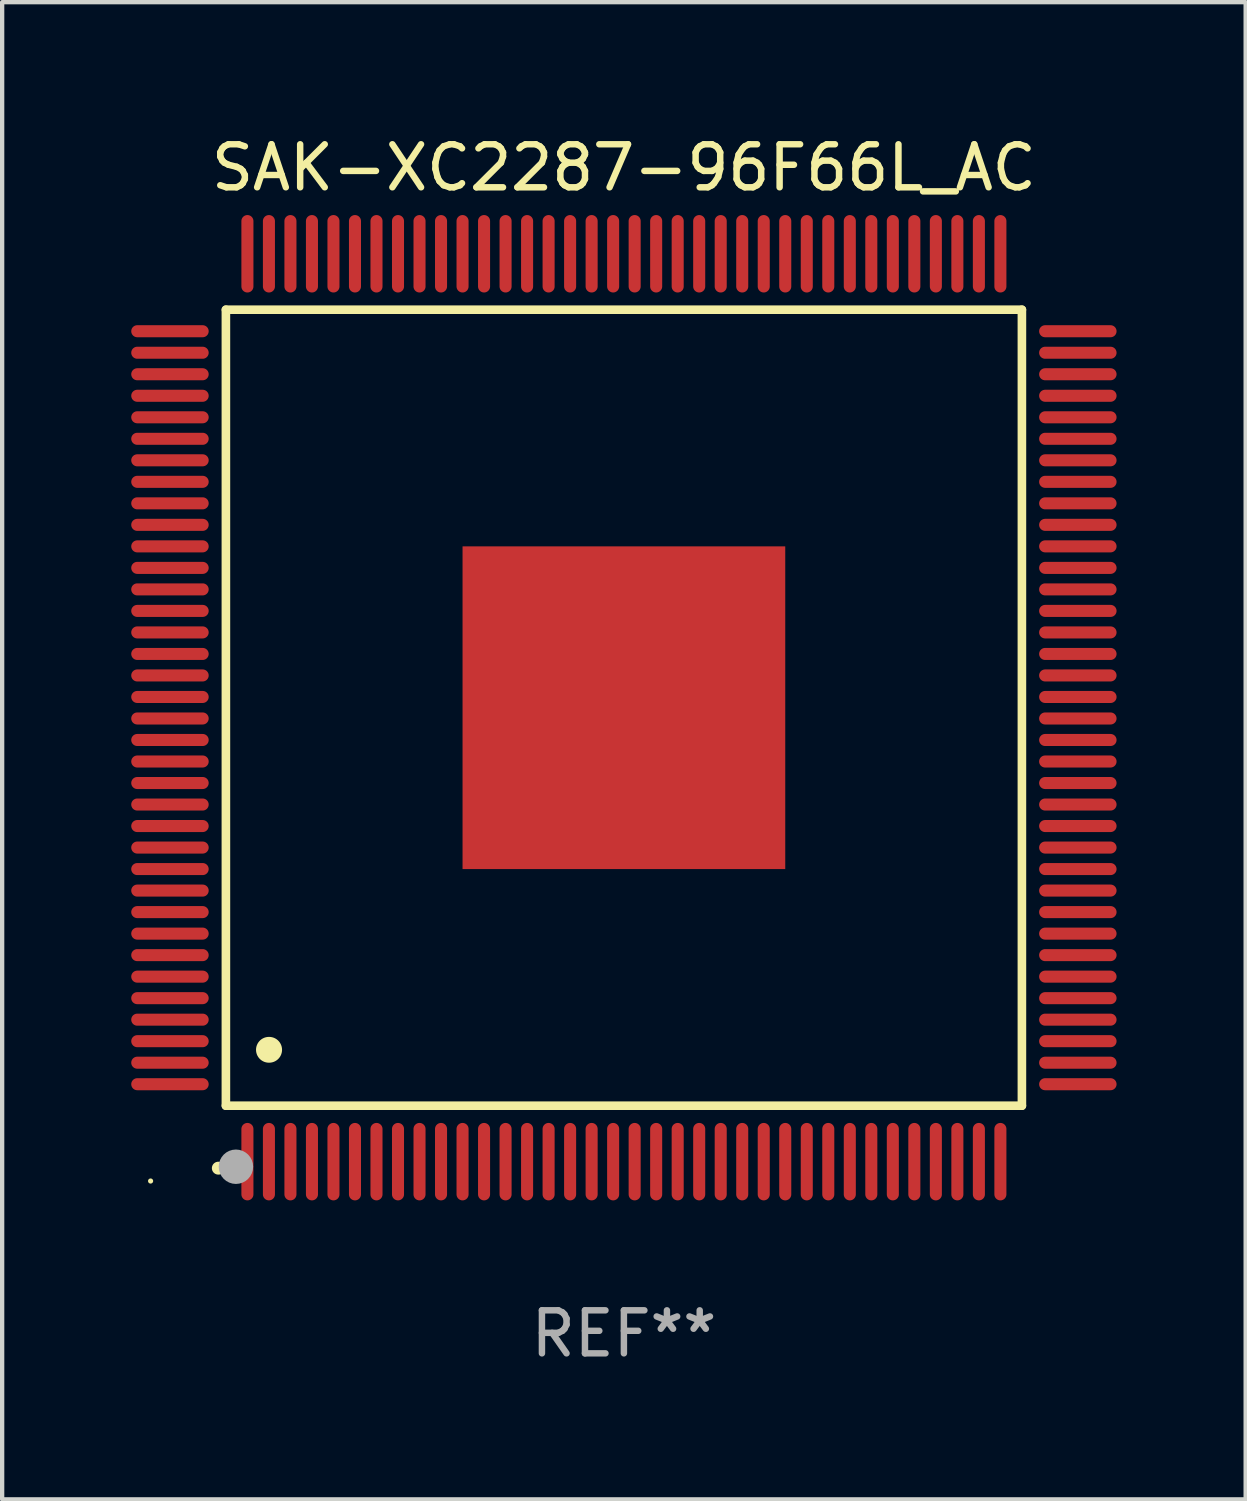
<source format=kicad_pcb>
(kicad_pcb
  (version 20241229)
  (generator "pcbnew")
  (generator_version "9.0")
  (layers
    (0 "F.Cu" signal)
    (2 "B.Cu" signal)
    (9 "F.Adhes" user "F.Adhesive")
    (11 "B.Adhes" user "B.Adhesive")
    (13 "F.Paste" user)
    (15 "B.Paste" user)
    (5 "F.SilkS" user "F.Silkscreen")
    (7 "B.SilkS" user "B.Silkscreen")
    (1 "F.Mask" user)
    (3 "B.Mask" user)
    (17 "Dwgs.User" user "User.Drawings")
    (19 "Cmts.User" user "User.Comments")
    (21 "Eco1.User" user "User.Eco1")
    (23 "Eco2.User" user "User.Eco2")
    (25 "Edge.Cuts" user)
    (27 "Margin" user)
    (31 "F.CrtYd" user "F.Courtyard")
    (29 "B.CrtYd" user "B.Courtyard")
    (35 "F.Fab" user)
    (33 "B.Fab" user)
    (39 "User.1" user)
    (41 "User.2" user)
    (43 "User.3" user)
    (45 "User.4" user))
  (footprint "SAK-XC2287-96F66L_AC"
    (layer "F.Cu")
    (at 11.45 13.398)
    (property "Reference" "SAK-XC2287-96F66L_AC" (at 0 -12.55 0) (layer "F.SilkS") (effects (font (size 1 1) (thickness 0.15))))
    (attr through_hole)
    (fp_line (start -9.25 -9.25) (end 9.25 -9.25) (stroke (width 0.2) (type solid)) (layer "F.SilkS"))
    (fp_line (start -9.25 9.25) (end -9.25 -9.25) (stroke (width 0.2) (type solid)) (layer "F.SilkS"))
    (fp_line (start 9.25 -9.25) (end 9.25 9.25) (stroke (width 0.2) (type solid)) (layer "F.SilkS"))
    (fp_line (start 9.25 9.25) (end -9.25 9.25) (stroke (width 0.2) (type solid)) (layer "F.SilkS"))
    (fp_arc (start -9.425959 10.701041) (mid -9.424689 10.701036) (end -9.423419 10.701041) (stroke (width 0.3) (type solid)) (layer "F.SilkS"))
    (fp_arc (start -8.249936 7.950216) (mid -8.247396 7.950205) (end -8.244856 7.950216) (stroke (width 0.6) (type solid)) (layer "F.SilkS"))
    (fp_circle (center -11 11) (end -10.97 11) (stroke (width 0.06) (type solid)) (fill no) (layer "F.SilkS"))
    (fp_circle (center -9.017 10.668) (end -8.817 10.668) (stroke (width 0.4) (type solid)) (fill no) (layer "F.Fab"))
    (fp_text user "REF**" (at 0 14.55 0) (layer "F.Fab") (effects (font (size 1 1) (thickness 0.15))))
    (pad "1" smd oval (at -8.75 10.55 180) (size 0.28 1.8) (layers "F.Cu" "F.Mask" "F.Paste"))
    (pad "2" smd oval (at -8.25 10.55 180) (size 0.28 1.8) (layers "F.Cu" "F.Mask" "F.Paste"))
    (pad "3" smd oval (at -7.75 10.55 180) (size 0.28 1.8) (layers "F.Cu" "F.Mask" "F.Paste"))
    (pad "4" smd oval (at -7.25 10.55 180) (size 0.28 1.8) (layers "F.Cu" "F.Mask" "F.Paste"))
    (pad "5" smd oval (at -6.75 10.55 180) (size 0.28 1.8) (layers "F.Cu" "F.Mask" "F.Paste"))
    (pad "6" smd oval (at -6.25 10.55 180) (size 0.28 1.8) (layers "F.Cu" "F.Mask" "F.Paste"))
    (pad "7" smd oval (at -5.75 10.55 180) (size 0.28 1.8) (layers "F.Cu" "F.Mask" "F.Paste"))
    (pad "8" smd oval (at -5.25 10.55 180) (size 0.28 1.8) (layers "F.Cu" "F.Mask" "F.Paste"))
    (pad "9" smd oval (at -4.75 10.55 180) (size 0.28 1.8) (layers "F.Cu" "F.Mask" "F.Paste"))
    (pad "10" smd oval (at -4.25 10.55 180) (size 0.28 1.8) (layers "F.Cu" "F.Mask" "F.Paste"))
    (pad "11" smd oval (at -3.75 10.55 180) (size 0.28 1.8) (layers "F.Cu" "F.Mask" "F.Paste"))
    (pad "12" smd oval (at -3.25 10.55 180) (size 0.28 1.8) (layers "F.Cu" "F.Mask" "F.Paste"))
    (pad "13" smd oval (at -2.75 10.55 180) (size 0.28 1.8) (layers "F.Cu" "F.Mask" "F.Paste"))
    (pad "14" smd oval (at -2.25 10.55 180) (size 0.28 1.8) (layers "F.Cu" "F.Mask" "F.Paste"))
    (pad "15" smd oval (at -1.75 10.55 180) (size 0.28 1.8) (layers "F.Cu" "F.Mask" "F.Paste"))
    (pad "16" smd oval (at -1.25 10.55 180) (size 0.28 1.8) (layers "F.Cu" "F.Mask" "F.Paste"))
    (pad "17" smd oval (at -0.75 10.55 180) (size 0.28 1.8) (layers "F.Cu" "F.Mask" "F.Paste"))
    (pad "18" smd oval (at -0.25 10.55 180) (size 0.28 1.8) (layers "F.Cu" "F.Mask" "F.Paste"))
    (pad "19" smd oval (at 0.25 10.55 180) (size 0.28 1.8) (layers "F.Cu" "F.Mask" "F.Paste"))
    (pad "20" smd oval (at 0.75 10.55 180) (size 0.28 1.8) (layers "F.Cu" "F.Mask" "F.Paste"))
    (pad "21" smd oval (at 1.25 10.55 180) (size 0.28 1.8) (layers "F.Cu" "F.Mask" "F.Paste"))
    (pad "22" smd oval (at 1.75 10.55 180) (size 0.28 1.8) (layers "F.Cu" "F.Mask" "F.Paste"))
    (pad "23" smd oval (at 2.25 10.55 180) (size 0.28 1.8) (layers "F.Cu" "F.Mask" "F.Paste"))
    (pad "24" smd oval (at 2.75 10.55 180) (size 0.28 1.8) (layers "F.Cu" "F.Mask" "F.Paste"))
    (pad "25" smd oval (at 3.25 10.55 180) (size 0.28 1.8) (layers "F.Cu" "F.Mask" "F.Paste"))
    (pad "26" smd oval (at 3.75 10.55 180) (size 0.28 1.8) (layers "F.Cu" "F.Mask" "F.Paste"))
    (pad "27" smd oval (at 4.25 10.55 180) (size 0.28 1.8) (layers "F.Cu" "F.Mask" "F.Paste"))
    (pad "28" smd oval (at 4.75 10.55 180) (size 0.28 1.8) (layers "F.Cu" "F.Mask" "F.Paste"))
    (pad "29" smd oval (at 5.25 10.55 180) (size 0.28 1.8) (layers "F.Cu" "F.Mask" "F.Paste"))
    (pad "30" smd oval (at 5.75 10.55 180) (size 0.28 1.8) (layers "F.Cu" "F.Mask" "F.Paste"))
    (pad "31" smd oval (at 6.25 10.55 180) (size 0.28 1.8) (layers "F.Cu" "F.Mask" "F.Paste"))
    (pad "32" smd oval (at 6.75 10.55 180) (size 0.28 1.8) (layers "F.Cu" "F.Mask" "F.Paste"))
    (pad "33" smd oval (at 7.25 10.55 180) (size 0.28 1.8) (layers "F.Cu" "F.Mask" "F.Paste"))
    (pad "34" smd oval (at 7.75 10.55 180) (size 0.28 1.8) (layers "F.Cu" "F.Mask" "F.Paste"))
    (pad "35" smd oval (at 8.25 10.55 180) (size 0.28 1.8) (layers "F.Cu" "F.Mask" "F.Paste"))
    (pad "36" smd oval (at 8.75 10.55 180) (size 0.28 1.8) (layers "F.Cu" "F.Mask" "F.Paste"))
    (pad "37" smd oval (at 10.55 8.75 90) (size 0.28 1.8) (layers "F.Cu" "F.Mask" "F.Paste"))
    (pad "38" smd oval (at 10.55 8.25 90) (size 0.28 1.8) (layers "F.Cu" "F.Mask" "F.Paste"))
    (pad "39" smd oval (at 10.55 7.75 90) (size 0.28 1.8) (layers "F.Cu" "F.Mask" "F.Paste"))
    (pad "40" smd oval (at 10.55 7.25 90) (size 0.28 1.8) (layers "F.Cu" "F.Mask" "F.Paste"))
    (pad "41" smd oval (at 10.55 6.75 90) (size 0.28 1.8) (layers "F.Cu" "F.Mask" "F.Paste"))
    (pad "42" smd oval (at 10.55 6.25 90) (size 0.28 1.8) (layers "F.Cu" "F.Mask" "F.Paste"))
    (pad "43" smd oval (at 10.55 5.75 90) (size 0.28 1.8) (layers "F.Cu" "F.Mask" "F.Paste"))
    (pad "44" smd oval (at 10.55 5.25 90) (size 0.28 1.8) (layers "F.Cu" "F.Mask" "F.Paste"))
    (pad "45" smd oval (at 10.55 4.75 90) (size 0.28 1.8) (layers "F.Cu" "F.Mask" "F.Paste"))
    (pad "46" smd oval (at 10.55 4.25 90) (size 0.28 1.8) (layers "F.Cu" "F.Mask" "F.Paste"))
    (pad "47" smd oval (at 10.55 3.75 90) (size 0.28 1.8) (layers "F.Cu" "F.Mask" "F.Paste"))
    (pad "48" smd oval (at 10.55 3.25 90) (size 0.28 1.8) (layers "F.Cu" "F.Mask" "F.Paste"))
    (pad "49" smd oval (at 10.55 2.75 90) (size 0.28 1.8) (layers "F.Cu" "F.Mask" "F.Paste"))
    (pad "50" smd oval (at 10.55 2.25 90) (size 0.28 1.8) (layers "F.Cu" "F.Mask" "F.Paste"))
    (pad "51" smd oval (at 10.55 1.75 90) (size 0.28 1.8) (layers "F.Cu" "F.Mask" "F.Paste"))
    (pad "52" smd oval (at 10.55 1.25 90) (size 0.28 1.8) (layers "F.Cu" "F.Mask" "F.Paste"))
    (pad "53" smd oval (at 10.55 0.75 90) (size 0.28 1.8) (layers "F.Cu" "F.Mask" "F.Paste"))
    (pad "54" smd oval (at 10.55 0.25 90) (size 0.28 1.8) (layers "F.Cu" "F.Mask" "F.Paste"))
    (pad "55" smd oval (at 10.55 -0.25 90) (size 0.28 1.8) (layers "F.Cu" "F.Mask" "F.Paste"))
    (pad "56" smd oval (at 10.55 -0.75 90) (size 0.28 1.8) (layers "F.Cu" "F.Mask" "F.Paste"))
    (pad "57" smd oval (at 10.55 -1.25 90) (size 0.28 1.8) (layers "F.Cu" "F.Mask" "F.Paste"))
    (pad "58" smd oval (at 10.55 -1.75 90) (size 0.28 1.8) (layers "F.Cu" "F.Mask" "F.Paste"))
    (pad "59" smd oval (at 10.55 -2.25 90) (size 0.28 1.8) (layers "F.Cu" "F.Mask" "F.Paste"))
    (pad "60" smd oval (at 10.55 -2.75 90) (size 0.28 1.8) (layers "F.Cu" "F.Mask" "F.Paste"))
    (pad "61" smd oval (at 10.55 -3.25 90) (size 0.28 1.8) (layers "F.Cu" "F.Mask" "F.Paste"))
    (pad "62" smd oval (at 10.55 -3.75 90) (size 0.28 1.8) (layers "F.Cu" "F.Mask" "F.Paste"))
    (pad "63" smd oval (at 10.55 -4.25 90) (size 0.28 1.8) (layers "F.Cu" "F.Mask" "F.Paste"))
    (pad "64" smd oval (at 10.55 -4.75 90) (size 0.28 1.8) (layers "F.Cu" "F.Mask" "F.Paste"))
    (pad "65" smd oval (at 10.55 -5.25 90) (size 0.28 1.8) (layers "F.Cu" "F.Mask" "F.Paste"))
    (pad "66" smd oval (at 10.55 -5.75 90) (size 0.28 1.8) (layers "F.Cu" "F.Mask" "F.Paste"))
    (pad "67" smd oval (at 10.55 -6.25 90) (size 0.28 1.8) (layers "F.Cu" "F.Mask" "F.Paste"))
    (pad "68" smd oval (at 10.55 -6.75 90) (size 0.28 1.8) (layers "F.Cu" "F.Mask" "F.Paste"))
    (pad "69" smd oval (at 10.55 -7.25 90) (size 0.28 1.8) (layers "F.Cu" "F.Mask" "F.Paste"))
    (pad "70" smd oval (at 10.55 -7.75 90) (size 0.28 1.8) (layers "F.Cu" "F.Mask" "F.Paste"))
    (pad "71" smd oval (at 10.55 -8.25 90) (size 0.28 1.8) (layers "F.Cu" "F.Mask" "F.Paste"))
    (pad "72" smd oval (at 10.55 -8.75 90) (size 0.28 1.8) (layers "F.Cu" "F.Mask" "F.Paste"))
    (pad "73" smd oval (at 8.75 -10.55 180) (size 0.28 1.8) (layers "F.Cu" "F.Mask" "F.Paste"))
    (pad "74" smd oval (at 8.25 -10.55 180) (size 0.28 1.8) (layers "F.Cu" "F.Mask" "F.Paste"))
    (pad "75" smd oval (at 7.75 -10.55 180) (size 0.28 1.8) (layers "F.Cu" "F.Mask" "F.Paste"))
    (pad "76" smd oval (at 7.25 -10.55 180) (size 0.28 1.8) (layers "F.Cu" "F.Mask" "F.Paste"))
    (pad "77" smd oval (at 6.75 -10.55 180) (size 0.28 1.8) (layers "F.Cu" "F.Mask" "F.Paste"))
    (pad "78" smd oval (at 6.25 -10.55 180) (size 0.28 1.8) (layers "F.Cu" "F.Mask" "F.Paste"))
    (pad "79" smd oval (at 5.75 -10.55 180) (size 0.28 1.8) (layers "F.Cu" "F.Mask" "F.Paste"))
    (pad "80" smd oval (at 5.25 -10.55 180) (size 0.28 1.8) (layers "F.Cu" "F.Mask" "F.Paste"))
    (pad "81" smd oval (at 4.75 -10.55 180) (size 0.28 1.8) (layers "F.Cu" "F.Mask" "F.Paste"))
    (pad "82" smd oval (at 4.25 -10.55 180) (size 0.28 1.8) (layers "F.Cu" "F.Mask" "F.Paste"))
    (pad "83" smd oval (at 3.75 -10.55 180) (size 0.28 1.8) (layers "F.Cu" "F.Mask" "F.Paste"))
    (pad "84" smd oval (at 3.25 -10.55 180) (size 0.28 1.8) (layers "F.Cu" "F.Mask" "F.Paste"))
    (pad "85" smd oval (at 2.75 -10.55 180) (size 0.28 1.8) (layers "F.Cu" "F.Mask" "F.Paste"))
    (pad "86" smd oval (at 2.25 -10.55 180) (size 0.28 1.8) (layers "F.Cu" "F.Mask" "F.Paste"))
    (pad "87" smd oval (at 1.75 -10.55 180) (size 0.28 1.8) (layers "F.Cu" "F.Mask" "F.Paste"))
    (pad "88" smd oval (at 1.25 -10.55 180) (size 0.28 1.8) (layers "F.Cu" "F.Mask" "F.Paste"))
    (pad "89" smd oval (at 0.75 -10.55 180) (size 0.28 1.8) (layers "F.Cu" "F.Mask" "F.Paste"))
    (pad "90" smd oval (at 0.25 -10.55 180) (size 0.28 1.8) (layers "F.Cu" "F.Mask" "F.Paste"))
    (pad "91" smd oval (at -0.25 -10.55 180) (size 0.28 1.8) (layers "F.Cu" "F.Mask" "F.Paste"))
    (pad "92" smd oval (at -0.75 -10.55 180) (size 0.28 1.8) (layers "F.Cu" "F.Mask" "F.Paste"))
    (pad "93" smd oval (at -1.25 -10.55 180) (size 0.28 1.8) (layers "F.Cu" "F.Mask" "F.Paste"))
    (pad "94" smd oval (at -1.75 -10.55 180) (size 0.28 1.8) (layers "F.Cu" "F.Mask" "F.Paste"))
    (pad "95" smd oval (at -2.25 -10.55 180) (size 0.28 1.8) (layers "F.Cu" "F.Mask" "F.Paste"))
    (pad "96" smd oval (at -2.75 -10.55 180) (size 0.28 1.8) (layers "F.Cu" "F.Mask" "F.Paste"))
    (pad "97" smd oval (at -3.25 -10.55 180) (size 0.28 1.8) (layers "F.Cu" "F.Mask" "F.Paste"))
    (pad "98" smd oval (at -3.75 -10.55 180) (size 0.28 1.8) (layers "F.Cu" "F.Mask" "F.Paste"))
    (pad "99" smd oval (at -4.25 -10.55 180) (size 0.28 1.8) (layers "F.Cu" "F.Mask" "F.Paste"))
    (pad "100" smd oval (at -4.75 -10.55 180) (size 0.28 1.8) (layers "F.Cu" "F.Mask" "F.Paste"))
    (pad "101" smd oval (at -5.25 -10.55 180) (size 0.28 1.8) (layers "F.Cu" "F.Mask" "F.Paste"))
    (pad "102" smd oval (at -5.75 -10.55 180) (size 0.28 1.8) (layers "F.Cu" "F.Mask" "F.Paste"))
    (pad "103" smd oval (at -6.25 -10.55 180) (size 0.28 1.8) (layers "F.Cu" "F.Mask" "F.Paste"))
    (pad "104" smd oval (at -6.75 -10.55 180) (size 0.28 1.8) (layers "F.Cu" "F.Mask" "F.Paste"))
    (pad "105" smd oval (at -7.25 -10.55 180) (size 0.28 1.8) (layers "F.Cu" "F.Mask" "F.Paste"))
    (pad "106" smd oval (at -7.75 -10.55 180) (size 0.28 1.8) (layers "F.Cu" "F.Mask" "F.Paste"))
    (pad "107" smd oval (at -8.25 -10.55 180) (size 0.28 1.8) (layers "F.Cu" "F.Mask" "F.Paste"))
    (pad "108" smd oval (at -8.75 -10.55 180) (size 0.28 1.8) (layers "F.Cu" "F.Mask" "F.Paste"))
    (pad "109" smd oval (at -10.55 -8.75 90) (size 0.28 1.8) (layers "F.Cu" "F.Mask" "F.Paste"))
    (pad "110" smd oval (at -10.55 -8.25 90) (size 0.28 1.8) (layers "F.Cu" "F.Mask" "F.Paste"))
    (pad "111" smd oval (at -10.55 -7.75 90) (size 0.28 1.8) (layers "F.Cu" "F.Mask" "F.Paste"))
    (pad "112" smd oval (at -10.55 -7.25 90) (size 0.28 1.8) (layers "F.Cu" "F.Mask" "F.Paste"))
    (pad "113" smd oval (at -10.55 -6.75 90) (size 0.28 1.8) (layers "F.Cu" "F.Mask" "F.Paste"))
    (pad "114" smd oval (at -10.55 -6.25 90) (size 0.28 1.8) (layers "F.Cu" "F.Mask" "F.Paste"))
    (pad "115" smd oval (at -10.55 -5.75 90) (size 0.28 1.8) (layers "F.Cu" "F.Mask" "F.Paste"))
    (pad "116" smd oval (at -10.55 -5.25 90) (size 0.28 1.8) (layers "F.Cu" "F.Mask" "F.Paste"))
    (pad "117" smd oval (at -10.55 -4.75 90) (size 0.28 1.8) (layers "F.Cu" "F.Mask" "F.Paste"))
    (pad "118" smd oval (at -10.55 -4.25 90) (size 0.28 1.8) (layers "F.Cu" "F.Mask" "F.Paste"))
    (pad "119" smd oval (at -10.55 -3.75 90) (size 0.28 1.8) (layers "F.Cu" "F.Mask" "F.Paste"))
    (pad "120" smd oval (at -10.55 -3.25 90) (size 0.28 1.8) (layers "F.Cu" "F.Mask" "F.Paste"))
    (pad "121" smd oval (at -10.55 -2.75 90) (size 0.28 1.8) (layers "F.Cu" "F.Mask" "F.Paste"))
    (pad "122" smd oval (at -10.55 -2.25 90) (size 0.28 1.8) (layers "F.Cu" "F.Mask" "F.Paste"))
    (pad "123" smd oval (at -10.55 -1.75 90) (size 0.28 1.8) (layers "F.Cu" "F.Mask" "F.Paste"))
    (pad "124" smd oval (at -10.55 -1.25 90) (size 0.28 1.8) (layers "F.Cu" "F.Mask" "F.Paste"))
    (pad "125" smd oval (at -10.55 -0.75 90) (size 0.28 1.8) (layers "F.Cu" "F.Mask" "F.Paste"))
    (pad "126" smd oval (at -10.55 -0.25 90) (size 0.28 1.8) (layers "F.Cu" "F.Mask" "F.Paste"))
    (pad "127" smd oval (at -10.55 0.25 90) (size 0.28 1.8) (layers "F.Cu" "F.Mask" "F.Paste"))
    (pad "128" smd oval (at -10.55 0.75 90) (size 0.28 1.8) (layers "F.Cu" "F.Mask" "F.Paste"))
    (pad "129" smd oval (at -10.55 1.25 90) (size 0.28 1.8) (layers "F.Cu" "F.Mask" "F.Paste"))
    (pad "130" smd oval (at -10.55 1.75 90) (size 0.28 1.8) (layers "F.Cu" "F.Mask" "F.Paste"))
    (pad "131" smd oval (at -10.55 2.25 90) (size 0.28 1.8) (layers "F.Cu" "F.Mask" "F.Paste"))
    (pad "132" smd oval (at -10.55 2.75 90) (size 0.28 1.8) (layers "F.Cu" "F.Mask" "F.Paste"))
    (pad "133" smd oval (at -10.55 3.25 90) (size 0.28 1.8) (layers "F.Cu" "F.Mask" "F.Paste"))
    (pad "134" smd oval (at -10.55 3.75 90) (size 0.28 1.8) (layers "F.Cu" "F.Mask" "F.Paste"))
    (pad "135" smd oval (at -10.55 4.25 90) (size 0.28 1.8) (layers "F.Cu" "F.Mask" "F.Paste"))
    (pad "136" smd oval (at -10.55 4.75 90) (size 0.28 1.8) (layers "F.Cu" "F.Mask" "F.Paste"))
    (pad "137" smd oval (at -10.55 5.25 90) (size 0.28 1.8) (layers "F.Cu" "F.Mask" "F.Paste"))
    (pad "138" smd oval (at -10.55 5.75 90) (size 0.28 1.8) (layers "F.Cu" "F.Mask" "F.Paste"))
    (pad "139" smd oval (at -10.55 6.25 90) (size 0.28 1.8) (layers "F.Cu" "F.Mask" "F.Paste"))
    (pad "140" smd oval (at -10.55 6.75 90) (size 0.28 1.8) (layers "F.Cu" "F.Mask" "F.Paste"))
    (pad "141" smd oval (at -10.55 7.25 90) (size 0.28 1.8) (layers "F.Cu" "F.Mask" "F.Paste"))
    (pad "142" smd oval (at -10.55 7.75 90) (size 0.28 1.8) (layers "F.Cu" "F.Mask" "F.Paste"))
    (pad "143" smd oval (at -10.55 8.25 90) (size 0.28 1.8) (layers "F.Cu" "F.Mask" "F.Paste"))
    (pad "144" smd oval (at -10.55 8.75 90) (size 0.28 1.8) (layers "F.Cu" "F.Mask" "F.Paste"))
    (pad "145" smd rect (at 0 0 90) (size 7.5 7.5) (layers "F.Cu" "F.Mask" "F.Paste")))
  (gr_rect
    (start -3 -3)
    (end 25.9 31.796)
    (stroke (width 0.1) (type default))
    (fill no)
    (layer "Edge.Cuts")))
</source>
